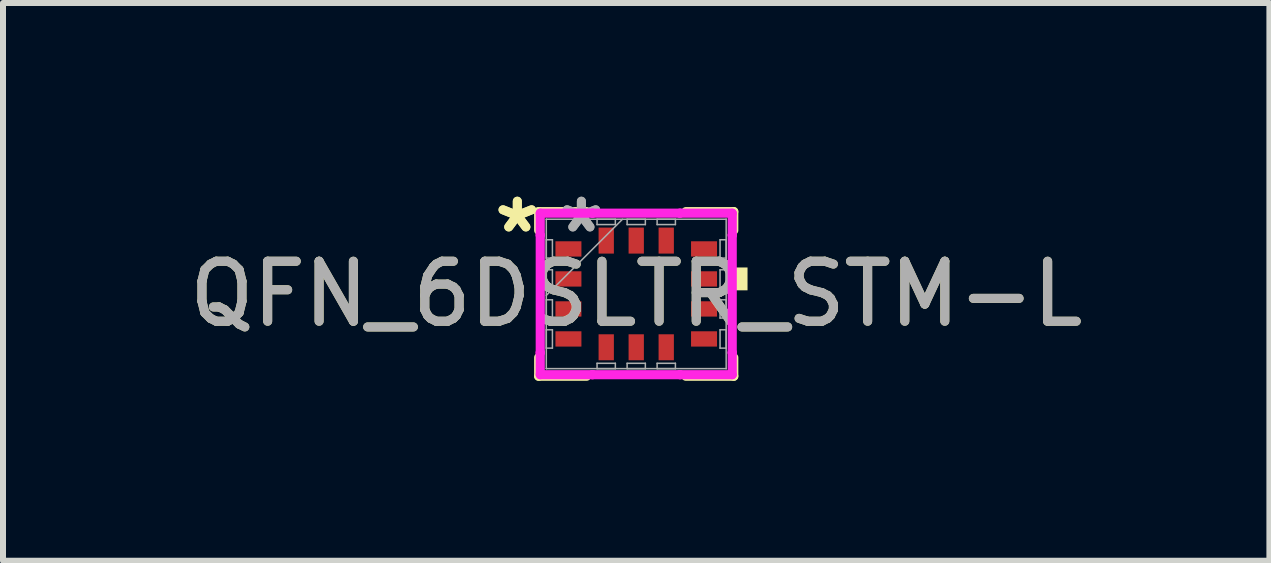
<source format=kicad_pcb>
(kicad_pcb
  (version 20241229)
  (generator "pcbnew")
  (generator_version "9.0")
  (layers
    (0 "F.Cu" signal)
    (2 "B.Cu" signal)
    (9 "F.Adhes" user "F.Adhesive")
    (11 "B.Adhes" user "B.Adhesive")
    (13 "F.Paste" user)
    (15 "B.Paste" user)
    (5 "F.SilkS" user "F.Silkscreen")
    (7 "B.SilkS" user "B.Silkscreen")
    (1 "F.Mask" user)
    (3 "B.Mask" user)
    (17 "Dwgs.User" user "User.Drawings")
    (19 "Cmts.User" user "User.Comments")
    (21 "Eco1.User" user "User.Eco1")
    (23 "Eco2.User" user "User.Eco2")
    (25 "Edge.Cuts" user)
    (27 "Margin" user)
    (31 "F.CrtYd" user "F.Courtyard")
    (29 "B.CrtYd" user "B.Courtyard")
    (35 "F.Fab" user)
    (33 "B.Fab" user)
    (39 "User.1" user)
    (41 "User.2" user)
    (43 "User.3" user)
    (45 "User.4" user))
  (footprint "QFN_6DSLTR_STM-L"
    (layer "F.Cu")
    (at 7.554 1.849)
    (property "Reference" "QFN_6DSLTR_STM-L" (at 0 0 0) (unlocked yes) (layer "F.SilkS") (effects (font (size 1 1) (thickness 0.15))))
    (attr smd)
    (fp_line (start -1.626 -1.372) (end -1.626 -1.06) (stroke (width 0.152) (type solid)) (layer "F.SilkS"))
    (fp_line (start -1.626 1.06) (end -1.626 1.372) (stroke (width 0.152) (type solid)) (layer "F.SilkS"))
    (fp_line (start -1.626 1.372) (end -0.828 1.372) (stroke (width 0.152) (type solid)) (layer "F.SilkS"))
    (fp_line (start -0.828 -1.372) (end -1.626 -1.372) (stroke (width 0.152) (type solid)) (layer "F.SilkS"))
    (fp_line (start 0.828 1.372) (end 1.626 1.372) (stroke (width 0.152) (type solid)) (layer "F.SilkS"))
    (fp_line (start 1.626 -1.372) (end 0.828 -1.372) (stroke (width 0.152) (type solid)) (layer "F.SilkS"))
    (fp_line (start 1.626 -1.06) (end 1.626 -1.372) (stroke (width 0.152) (type solid)) (layer "F.SilkS"))
    (fp_line (start 1.626 1.372) (end 1.626 1.06) (stroke (width 0.152) (type solid)) (layer "F.SilkS"))
    (fp_poly (pts (xy 1.855 -0.441) (xy 1.855 -0.06) (xy 1.601 -0.06) (xy 1.601 -0.441)) (stroke (width 0) (type solid)) (fill yes) (layer "F.SilkS"))
    (fp_line (start -1.6 -1.346) (end -0.729 -1.346) (stroke (width 0.152) (type solid)) (layer "F.CrtYd"))
    (fp_line (start -1.6 -0.979) (end -1.6 -1.346) (stroke (width 0.152) (type solid)) (layer "F.CrtYd"))
    (fp_line (start -1.6 -0.979) (end -1.6 -0.979) (stroke (width 0.152) (type solid)) (layer "F.CrtYd"))
    (fp_line (start -1.6 0.979) (end -1.6 -0.979) (stroke (width 0.152) (type solid)) (layer "F.CrtYd"))
    (fp_line (start -1.6 0.979) (end -1.6 0.979) (stroke (width 0.152) (type solid)) (layer "F.CrtYd"))
    (fp_line (start -1.6 1.346) (end -1.6 0.979) (stroke (width 0.152) (type solid)) (layer "F.CrtYd"))
    (fp_line (start -0.729 -1.346) (end -0.729 -1.346) (stroke (width 0.152) (type solid)) (layer "F.CrtYd"))
    (fp_line (start -0.729 -1.346) (end 0.729 -1.346) (stroke (width 0.152) (type solid)) (layer "F.CrtYd"))
    (fp_line (start -0.729 1.346) (end -1.6 1.346) (stroke (width 0.152) (type solid)) (layer "F.CrtYd"))
    (fp_line (start -0.729 1.346) (end -0.729 1.346) (stroke (width 0.152) (type solid)) (layer "F.CrtYd"))
    (fp_line (start 0.729 -1.346) (end 0.729 -1.346) (stroke (width 0.152) (type solid)) (layer "F.CrtYd"))
    (fp_line (start 0.729 -1.346) (end 1.6 -1.346) (stroke (width 0.152) (type solid)) (layer "F.CrtYd"))
    (fp_line (start 0.729 1.346) (end -0.729 1.346) (stroke (width 0.152) (type solid)) (layer "F.CrtYd"))
    (fp_line (start 0.729 1.346) (end 0.729 1.346) (stroke (width 0.152) (type solid)) (layer "F.CrtYd"))
    (fp_line (start 1.6 -1.346) (end 1.6 -0.979) (stroke (width 0.152) (type solid)) (layer "F.CrtYd"))
    (fp_line (start 1.6 -0.979) (end 1.6 -0.979) (stroke (width 0.152) (type solid)) (layer "F.CrtYd"))
    (fp_line (start 1.6 -0.979) (end 1.6 0.979) (stroke (width 0.152) (type solid)) (layer "F.CrtYd"))
    (fp_line (start 1.6 0.979) (end 1.6 0.979) (stroke (width 0.152) (type solid)) (layer "F.CrtYd"))
    (fp_line (start 1.6 0.979) (end 1.6 1.346) (stroke (width 0.152) (type solid)) (layer "F.CrtYd"))
    (fp_line (start 1.6 1.346) (end 0.729 1.346) (stroke (width 0.152) (type solid)) (layer "F.CrtYd"))
    (fp_line (start -1.499 -1.245) (end -1.499 -1.245) (stroke (width 0.025) (type solid)) (layer "F.Fab"))
    (fp_line (start -1.499 -1.245) (end -1.499 1.245) (stroke (width 0.025) (type solid)) (layer "F.Fab"))
    (fp_line (start -1.499 -0.903) (end -1.397 -0.903) (stroke (width 0.025) (type solid)) (layer "F.Fab"))
    (fp_line (start -1.499 -0.598) (end -1.499 -0.903) (stroke (width 0.025) (type solid)) (layer "F.Fab"))
    (fp_line (start -1.499 -0.402) (end -1.397 -0.402) (stroke (width 0.025) (type solid)) (layer "F.Fab"))
    (fp_line (start -1.499 -0.098) (end -1.499 -0.402) (stroke (width 0.025) (type solid)) (layer "F.Fab"))
    (fp_line (start -1.499 0.025) (end -0.229 -1.245) (stroke (width 0.025) (type solid)) (layer "F.Fab"))
    (fp_line (start -1.499 0.098) (end -1.397 0.098) (stroke (width 0.025) (type solid)) (layer "F.Fab"))
    (fp_line (start -1.499 0.402) (end -1.499 0.098) (stroke (width 0.025) (type solid)) (layer "F.Fab"))
    (fp_line (start -1.499 0.598) (end -1.397 0.598) (stroke (width 0.025) (type solid)) (layer "F.Fab"))
    (fp_line (start -1.499 0.903) (end -1.499 0.598) (stroke (width 0.025) (type solid)) (layer "F.Fab"))
    (fp_line (start -1.499 1.245) (end -1.499 1.245) (stroke (width 0.025) (type solid)) (layer "F.Fab"))
    (fp_line (start -1.499 1.245) (end 1.499 1.245) (stroke (width 0.025) (type solid)) (layer "F.Fab"))
    (fp_line (start -1.397 -0.903) (end -1.397 -0.598) (stroke (width 0.025) (type solid)) (layer "F.Fab"))
    (fp_line (start -1.397 -0.598) (end -1.499 -0.598) (stroke (width 0.025) (type solid)) (layer "F.Fab"))
    (fp_line (start -1.397 -0.402) (end -1.397 -0.098) (stroke (width 0.025) (type solid)) (layer "F.Fab"))
    (fp_line (start -1.397 -0.098) (end -1.499 -0.098) (stroke (width 0.025) (type solid)) (layer "F.Fab"))
    (fp_line (start -1.397 0.098) (end -1.397 0.402) (stroke (width 0.025) (type solid)) (layer "F.Fab"))
    (fp_line (start -1.397 0.402) (end -1.499 0.402) (stroke (width 0.025) (type solid)) (layer "F.Fab"))
    (fp_line (start -1.397 0.598) (end -1.397 0.903) (stroke (width 0.025) (type solid)) (layer "F.Fab"))
    (fp_line (start -1.397 0.903) (end -1.499 0.903) (stroke (width 0.025) (type solid)) (layer "F.Fab"))
    (fp_line (start -0.653 -1.245) (end -0.348 -1.245) (stroke (width 0.025) (type solid)) (layer "F.Fab"))
    (fp_line (start -0.653 -1.156) (end -0.653 -1.245) (stroke (width 0.025) (type solid)) (layer "F.Fab"))
    (fp_line (start -0.653 1.156) (end -0.348 1.156) (stroke (width 0.025) (type solid)) (layer "F.Fab"))
    (fp_line (start -0.653 1.245) (end -0.653 1.156) (stroke (width 0.025) (type solid)) (layer "F.Fab"))
    (fp_line (start -0.348 -1.245) (end -0.348 -1.156) (stroke (width 0.025) (type solid)) (layer "F.Fab"))
    (fp_line (start -0.348 -1.156) (end -0.653 -1.156) (stroke (width 0.025) (type solid)) (layer "F.Fab"))
    (fp_line (start -0.348 1.156) (end -0.348 1.245) (stroke (width 0.025) (type solid)) (layer "F.Fab"))
    (fp_line (start -0.348 1.245) (end -0.653 1.245) (stroke (width 0.025) (type solid)) (layer "F.Fab"))
    (fp_line (start -0.152 -1.245) (end 0.152 -1.245) (stroke (width 0.025) (type solid)) (layer "F.Fab"))
    (fp_line (start -0.152 -1.156) (end -0.152 -1.245) (stroke (width 0.025) (type solid)) (layer "F.Fab"))
    (fp_line (start -0.152 1.156) (end 0.152 1.156) (stroke (width 0.025) (type solid)) (layer "F.Fab"))
    (fp_line (start -0.152 1.245) (end -0.152 1.156) (stroke (width 0.025) (type solid)) (layer "F.Fab"))
    (fp_line (start 0.152 -1.245) (end 0.152 -1.156) (stroke (width 0.025) (type solid)) (layer "F.Fab"))
    (fp_line (start 0.152 -1.156) (end -0.152 -1.156) (stroke (width 0.025) (type solid)) (layer "F.Fab"))
    (fp_line (start 0.152 1.156) (end 0.152 1.245) (stroke (width 0.025) (type solid)) (layer "F.Fab"))
    (fp_line (start 0.152 1.245) (end -0.152 1.245) (stroke (width 0.025) (type solid)) (layer "F.Fab"))
    (fp_line (start 0.348 -1.245) (end 0.653 -1.245) (stroke (width 0.025) (type solid)) (layer "F.Fab"))
    (fp_line (start 0.348 -1.156) (end 0.348 -1.245) (stroke (width 0.025) (type solid)) (layer "F.Fab"))
    (fp_line (start 0.348 1.156) (end 0.653 1.156) (stroke (width 0.025) (type solid)) (layer "F.Fab"))
    (fp_line (start 0.348 1.245) (end 0.348 1.156) (stroke (width 0.025) (type solid)) (layer "F.Fab"))
    (fp_line (start 0.653 -1.245) (end 0.653 -1.156) (stroke (width 0.025) (type solid)) (layer "F.Fab"))
    (fp_line (start 0.653 -1.156) (end 0.348 -1.156) (stroke (width 0.025) (type solid)) (layer "F.Fab"))
    (fp_line (start 0.653 1.156) (end 0.653 1.245) (stroke (width 0.025) (type solid)) (layer "F.Fab"))
    (fp_line (start 0.653 1.245) (end 0.348 1.245) (stroke (width 0.025) (type solid)) (layer "F.Fab"))
    (fp_line (start 1.397 -0.903) (end 1.499 -0.903) (stroke (width 0.025) (type solid)) (layer "F.Fab"))
    (fp_line (start 1.397 -0.598) (end 1.397 -0.903) (stroke (width 0.025) (type solid)) (layer "F.Fab"))
    (fp_line (start 1.397 -0.402) (end 1.499 -0.402) (stroke (width 0.025) (type solid)) (layer "F.Fab"))
    (fp_line (start 1.397 -0.098) (end 1.397 -0.402) (stroke (width 0.025) (type solid)) (layer "F.Fab"))
    (fp_line (start 1.397 0.098) (end 1.499 0.098) (stroke (width 0.025) (type solid)) (layer "F.Fab"))
    (fp_line (start 1.397 0.402) (end 1.397 0.098) (stroke (width 0.025) (type solid)) (layer "F.Fab"))
    (fp_line (start 1.397 0.598) (end 1.499 0.598) (stroke (width 0.025) (type solid)) (layer "F.Fab"))
    (fp_line (start 1.397 0.903) (end 1.397 0.598) (stroke (width 0.025) (type solid)) (layer "F.Fab"))
    (fp_line (start 1.499 -1.245) (end -1.499 -1.245) (stroke (width 0.025) (type solid)) (layer "F.Fab"))
    (fp_line (start 1.499 -1.245) (end 1.499 -1.245) (stroke (width 0.025) (type solid)) (layer "F.Fab"))
    (fp_line (start 1.499 -0.903) (end 1.499 -0.598) (stroke (width 0.025) (type solid)) (layer "F.Fab"))
    (fp_line (start 1.499 -0.598) (end 1.397 -0.598) (stroke (width 0.025) (type solid)) (layer "F.Fab"))
    (fp_line (start 1.499 -0.402) (end 1.499 -0.098) (stroke (width 0.025) (type solid)) (layer "F.Fab"))
    (fp_line (start 1.499 -0.098) (end 1.397 -0.098) (stroke (width 0.025) (type solid)) (layer "F.Fab"))
    (fp_line (start 1.499 0.098) (end 1.499 0.402) (stroke (width 0.025) (type solid)) (layer "F.Fab"))
    (fp_line (start 1.499 0.402) (end 1.397 0.402) (stroke (width 0.025) (type solid)) (layer "F.Fab"))
    (fp_line (start 1.499 0.598) (end 1.499 0.903) (stroke (width 0.025) (type solid)) (layer "F.Fab"))
    (fp_line (start 1.499 0.903) (end 1.397 0.903) (stroke (width 0.025) (type solid)) (layer "F.Fab"))
    (fp_line (start 1.499 1.245) (end 1.499 -1.245) (stroke (width 0.025) (type solid)) (layer "F.Fab"))
    (fp_line (start 1.499 1.245) (end 1.499 1.245) (stroke (width 0.025) (type solid)) (layer "F.Fab"))
    (fp_text user "*" (at -1.982 -1 0) (layer "F.SilkS") (effects (font (size 1 1) (thickness 0.15))))
    (fp_text user "*" (at -1.982 -1 0) (unlocked yes) (layer "F.SilkS") (effects (font (size 1 1) (thickness 0.15))))
    (fp_text user "${REFERENCE}" (at 0 0 0) (unlocked yes) (layer "F.Fab") (effects (font (size 1 1) (thickness 0.15))))
    (fp_text user "*" (at -0.914 -1 0) (unlocked yes) (layer "F.Fab") (effects (font (size 1 1) (thickness 0.15))))
    (fp_text user "*" (at -0.914 -1 0) (layer "F.Fab") (effects (font (size 1 1) (thickness 0.15))))
    (pad "1" smd rect (at -1.13 -0.75 90) (size 0.255 0.433) (layers "F.Cu" "F.Mask" "F.Paste"))
    (pad "2" smd rect (at -1.13 -0.25 90) (size 0.255 0.433) (layers "F.Cu" "F.Mask" "F.Paste"))
    (pad "3" smd rect (at -1.13 0.25 90) (size 0.255 0.433) (layers "F.Cu" "F.Mask" "F.Paste"))
    (pad "4" smd rect (at -1.13 0.75 90) (size 0.255 0.433) (layers "F.Cu" "F.Mask" "F.Paste"))
    (pad "5" smd rect (at -0.5 0.889) (size 0.255 0.433) (layers "F.Cu" "F.Mask" "F.Paste"))
    (pad "6" smd rect (at 0 0.889) (size 0.255 0.433) (layers "F.Cu" "F.Mask" "F.Paste"))
    (pad "7" smd rect (at 0.5 0.889) (size 0.255 0.433) (layers "F.Cu" "F.Mask" "F.Paste"))
    (pad "8" smd rect (at 1.13 0.75 90) (size 0.255 0.433) (layers "F.Cu" "F.Mask" "F.Paste"))
    (pad "9" smd rect (at 1.13 0.25 90) (size 0.255 0.433) (layers "F.Cu" "F.Mask" "F.Paste"))
    (pad "10" smd rect (at 1.13 -0.25 90) (size 0.255 0.433) (layers "F.Cu" "F.Mask" "F.Paste"))
    (pad "11" smd rect (at 1.13 -0.75 90) (size 0.255 0.433) (layers "F.Cu" "F.Mask" "F.Paste"))
    (pad "12" smd rect (at 0.5 -0.889) (size 0.255 0.433) (layers "F.Cu" "F.Mask" "F.Paste"))
    (pad "13" smd rect (at 0 -0.889) (size 0.255 0.433) (layers "F.Cu" "F.Mask" "F.Paste"))
    (pad "14" smd rect (at -0.5 -0.889) (size 0.255 0.433) (layers "F.Cu" "F.Mask" "F.Paste")))
  (gr_rect
    (start -3 -3)
    (end 18.107 6.296)
    (stroke (width 0.1) (type default))
    (fill no)
    (layer "Edge.Cuts")))
</source>
